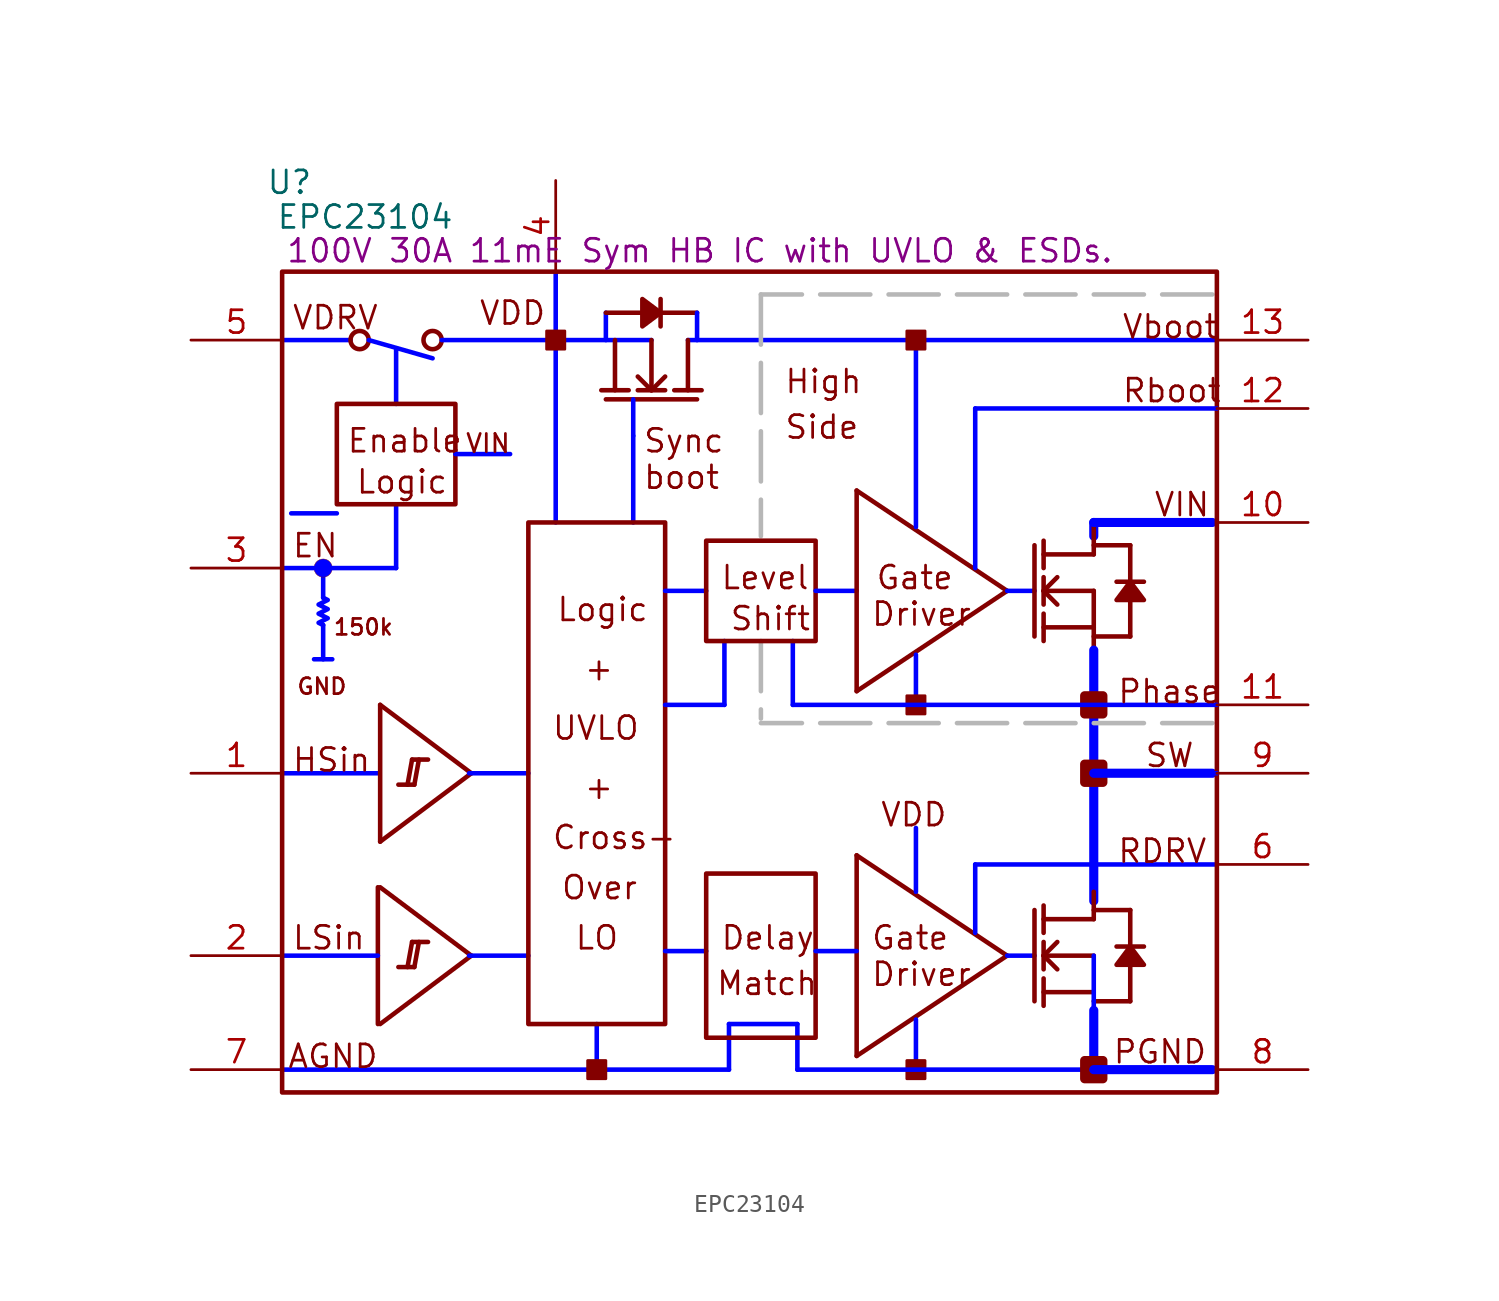
<source format=kicad_sym>
(kicad_symbol_lib
  (version 20241209)
  (generator "kicad_symbol_editor")
  (generator_version "9.0")
  (symbol "EPC23104"
    (property "Reference" "U"
      (at 5.486 50.698 0)
      (effects (font (size 1.27 1.27))))
    (property "Value" "EPC23104"
      (at 9.703 48.768 0)
      (effects (font (size 1.27 1.27))))
    (property "Description" "100V 30A 11mE Sym HB IC with UVLO & ESDs."
      (at 28.346 46.888 0)
      (effects (font (size 1.27 1.27))))
    (symbol "EPC23104_1_0"
      (polyline (pts (xy 5.08 41.91) (xy 8.89 41.91)) (stroke (width 0.254) (type solid) (color 0 0 255 1)) (fill (type none)))
      (polyline (pts (xy 5.08 1.27) (xy 29.972 1.27)) (stroke (width 0.254) (type solid) (color 0 0 255 1)) (fill (type none)))
      (polyline (pts (xy 5.588 32.258) (xy 8.128 32.258)) (stroke (width 0.254) (type solid) (color 0 0 255 1)) (fill (type none)))
      (polyline (pts (xy 7.366 29.21) (xy 7.366 27.559)) (stroke (width 0.254) (type solid) (color 0 0 255 1)) (fill (type none)))
      (circle (center 7.366 29.21) (radius 0.508) (stroke (width 0.0001) (type solid)) (fill (type color) (color 0 0 255 1)))
      (polyline (pts (xy 7.366 26.035) (xy 7.366 24.13)) (stroke (width 0.254) (type solid) (color 0 0 255 1)) (fill (type none)))
      (polyline (pts (xy 7.366 26.035) (xy 7.112 26.162) (xy 7.62 26.416) (xy 7.112 26.67) (xy 7.62 26.924) (xy 7.112 27.178) (xy 7.62 27.432) (xy 7.366 27.559)) (stroke (width 0.254) (type solid) (color 0 0 255 1)) (fill (type none)))
      (polyline (pts (xy 7.874 24.13) (xy 6.858 24.13)) (stroke (width 0.254) (type solid) (color 0 0 255 1)) (fill (type none)))
      (circle (center 9.398 41.91) (radius 0.508) (stroke (width 0.254) (type solid)) (fill (type none)))
      (polyline (pts (xy 9.906 41.91) (xy 13.462 40.894)) (stroke (width 0.254) (type solid) (color 0 0 255 1)) (fill (type none)))
      (polyline (pts (xy 10.414 17.78) (xy 5.08 17.78)) (stroke (width 0.254) (type solid) (color 0 0 255 1)) (fill (type none)))
      (polyline (pts (xy 10.414 11.43) (xy 10.414 3.81)) (stroke (width 0.254) (type solid)) (fill (type none)))
      (polyline (pts (xy 10.414 7.62) (xy 5.08 7.62)) (stroke (width 0.254) (type solid) (color 0 0 255 1)) (fill (type none)))
      (polyline (pts (xy 10.541 21.59) (xy 10.541 13.97)) (stroke (width 0.254) (type solid)) (fill (type none)))
      (polyline (pts (xy 10.541 21.59) (xy 15.621 17.78)) (stroke (width 0.254) (type solid)) (fill (type none)))
      (polyline (pts (xy 10.541 13.97) (xy 15.621 17.78)) (stroke (width 0.254) (type solid)) (fill (type none)))
      (polyline (pts (xy 10.541 11.43) (xy 15.621 7.62)) (stroke (width 0.254) (type solid)) (fill (type none)))
      (polyline (pts (xy 10.541 3.81) (xy 15.621 7.62)) (stroke (width 0.254) (type solid)) (fill (type none)))
      (polyline (pts (xy 11.43 38.354) (xy 11.43 41.402)) (stroke (width 0.254) (type solid) (color 0 0 255 1)) (fill (type none)))
      (polyline (pts (xy 11.43 29.21) (xy 5.08 29.21)) (stroke (width 0.254) (type solid) (color 0 0 255 1)) (fill (type none)))
      (polyline (pts (xy 11.43 29.21) (xy 11.43 32.766)) (stroke (width 0.254) (type solid) (color 0 0 255 1)) (fill (type none)))
      (polyline (pts (xy 12.065 17.145) (xy 12.319 18.542)) (stroke (width 0.254) (type solid)) (fill (type none)))
      (polyline (pts (xy 12.065 6.985) (xy 12.319 8.382)) (stroke (width 0.254) (type solid)) (fill (type none)))
      (polyline (pts (xy 12.446 17.145) (xy 11.557 17.145)) (stroke (width 0.254) (type solid)) (fill (type none)))
      (polyline (pts (xy 12.446 17.145) (xy 12.7 18.542)) (stroke (width 0.254) (type solid)) (fill (type none)))
      (polyline (pts (xy 12.446 6.985) (xy 11.557 6.985)) (stroke (width 0.254) (type solid)) (fill (type none)))
      (polyline (pts (xy 12.446 6.985) (xy 12.7 8.382)) (stroke (width 0.254) (type solid)) (fill (type none)))
      (polyline (pts (xy 13.208 18.542) (xy 12.319 18.542)) (stroke (width 0.254) (type solid)) (fill (type none)))
      (polyline (pts (xy 13.208 8.382) (xy 12.319 8.382)) (stroke (width 0.254) (type solid)) (fill (type none)))
      (circle (center 13.462 41.91) (radius 0.508) (stroke (width 0.254) (type solid)) (fill (type none)))
      (polyline (pts (xy 13.97 41.91) (xy 25.654 41.91)) (stroke (width 0.254) (type solid) (color 0 0 255 1)) (fill (type none)))
      (rectangle (start 14.732 38.354) (end 8.128 32.766) (stroke (width 0.254) (type solid)) (fill (type none)))
      (polyline (pts (xy 15.494 17.78) (xy 18.796 17.78)) (stroke (width 0.254) (type solid) (color 0 0 255 1)) (fill (type none)))
      (polyline (pts (xy 15.494 7.62) (xy 18.796 7.62)) (stroke (width 0.254) (type solid) (color 0 0 255 1)) (fill (type none)))
      (polyline (pts (xy 17.78 35.56) (xy 14.732 35.56)) (stroke (width 0.254) (type solid) (color 0 0 255 1)) (fill (type none)))
      (polyline (pts (xy 20.32 31.75) (xy 20.32 45.72)) (stroke (width 0.254) (type solid) (color 0 0 255 1)) (fill (type none)))
      (rectangle (start 20.828 42.418) (end 19.812 41.402) (stroke (width 0) (type solid)) (fill (type outline)))
      (polyline (pts (xy 22.606 1.27) (xy 22.606 3.81)) (stroke (width 0.254) (type solid) (color 0 0 255 1)) (fill (type none)))
      (polyline (pts (xy 23.114 43.434) (xy 23.114 41.91)) (stroke (width 0.254) (type solid) (color 0 0 255 1)) (fill (type none)))
      (polyline (pts (xy 23.114 43.434) (xy 25.146 43.434)) (stroke (width 0.254) (type solid)) (fill (type none)))
      (polyline (pts (xy 23.114 38.608) (xy 28.194 38.608)) (stroke (width 0.254) (type solid)) (fill (type none)))
      (rectangle (start 23.114 1.778) (end 22.098 0.762) (stroke (width 0) (type solid)) (fill (type outline)))
      (polyline (pts (xy 23.622 41.91) (xy 23.622 39.116)) (stroke (width 0.254) (type solid)) (fill (type none)))
      (polyline (pts (xy 24.384 39.116) (xy 22.86 39.116)) (stroke (width 0.254) (type solid)) (fill (type none)))
      (polyline (pts (xy 24.638 38.608) (xy 24.638 36.576)) (stroke (width 0.254) (type solid) (color 0 0 255 1)) (fill (type none)))
      (polyline (pts (xy 24.638 31.75) (xy 24.638 36.576)) (stroke (width 0.254) (type solid) (color 0 0 255 1)) (fill (type none)))
      (polyline (pts (xy 25.654 39.116) (xy 24.892 39.878)) (stroke (width 0.254) (type solid)) (fill (type none)))
      (polyline (pts (xy 25.654 39.116) (xy 25.654 41.91)) (stroke (width 0.254) (type solid)) (fill (type none)))
      (polyline (pts (xy 26.162 43.434) (xy 28.194 43.434)) (stroke (width 0.254) (type solid)) (fill (type none)))
      (polyline (pts (xy 26.162 43.434) (xy 25.146 44.196) (xy 25.146 42.672) (xy 26.162 43.434)) (stroke (width 0.254) (type solid)) (fill (type outline)))
      (polyline (pts (xy 26.162 42.672) (xy 26.162 44.196)) (stroke (width 0.254) (type solid)) (fill (type none)))
      (polyline (pts (xy 26.416 39.878) (xy 25.654 39.116)) (stroke (width 0.254) (type solid)) (fill (type none)))
      (polyline (pts (xy 26.416 39.116) (xy 24.892 39.116)) (stroke (width 0.254) (type solid)) (fill (type none)))
      (rectangle (start 26.416 31.75) (end 18.796 3.81) (stroke (width 0.254) (type solid)) (fill (type none)))
      (polyline (pts (xy 26.416 27.94) (xy 28.702 27.94)) (stroke (width 0.254) (type solid) (color 0 0 255 1)) (fill (type none)))
      (polyline (pts (xy 27.686 41.91) (xy 57.15 41.91)) (stroke (width 0.254) (type solid) (color 0 0 255 1)) (fill (type none)))
      (polyline (pts (xy 27.686 39.116) (xy 27.686 41.91)) (stroke (width 0.254) (type solid)) (fill (type none)))
      (polyline (pts (xy 28.194 43.434) (xy 28.194 41.91)) (stroke (width 0.254) (type solid) (color 0 0 255 1)) (fill (type none)))
      (polyline (pts (xy 28.448 39.116) (xy 26.924 39.116)) (stroke (width 0.254) (type solid)) (fill (type none)))
      (polyline (pts (xy 28.702 7.874) (xy 26.416 7.874)) (stroke (width 0.254) (type solid) (color 0 0 255 1)) (fill (type none)))
      (polyline (pts (xy 29.718 21.59) (xy 26.416 21.59)) (stroke (width 0.254) (type solid) (color 0 0 255 1)) (fill (type none)))
      (polyline (pts (xy 29.718 21.59) (xy 29.718 25.146)) (stroke (width 0.254) (type solid) (color 0 0 255 1)) (fill (type none)))
      (polyline (pts (xy 29.972 3.81) (xy 33.782 3.81)) (stroke (width 0.254) (type solid) (color 0 0 255 1)) (fill (type none)))
      (polyline (pts (xy 29.972 3.048) (xy 29.972 3.81)) (stroke (width 0.254) (type solid) (color 0 0 255 1)) (fill (type none)))
      (polyline (pts (xy 29.972 1.27) (xy 29.972 3.048)) (stroke (width 0.254) (type solid) (color 0 0 255 1)) (fill (type none)))
      (polyline (pts (xy 31.75 44.45) (xy 31.75 30.988)) (stroke (width 0.254) (type dash) (color 183 183 183 1)) (fill (type none)))
      (polyline (pts (xy 31.75 25.146) (xy 31.75 20.828)) (stroke (width 0.254) (type dash) (color 183 183 183 1)) (fill (type none)))
      (polyline (pts (xy 33.528 21.59) (xy 33.528 25.146)) (stroke (width 0.254) (type solid) (color 0 0 255 1)) (fill (type none)))
      (polyline (pts (xy 33.782 3.048) (xy 33.782 3.81)) (stroke (width 0.254) (type solid) (color 0 0 255 1)) (fill (type none)))
      (polyline (pts (xy 33.782 1.27) (xy 33.782 3.048)) (stroke (width 0.254) (type solid) (color 0 0 255 1)) (fill (type none)))
      (rectangle (start 34.798 30.734) (end 28.702 25.146) (stroke (width 0.254) (type solid)) (fill (type none)))
      (polyline (pts (xy 34.798 27.94) (xy 37.084 27.94)) (stroke (width 0.254) (type solid) (color 0 0 255 1)) (fill (type none)))
      (rectangle (start 34.798 12.192) (end 28.702 3.048) (stroke (width 0.254) (type solid)) (fill (type none)))
      (polyline (pts (xy 37.084 33.528) (xy 37.084 22.352)) (stroke (width 0.254) (type solid)) (fill (type none)))
      (polyline (pts (xy 37.084 33.528) (xy 45.466 27.94)) (stroke (width 0.254) (type solid)) (fill (type none)))
      (polyline (pts (xy 37.084 22.352) (xy 45.466 27.94)) (stroke (width 0.254) (type solid)) (fill (type none)))
      (polyline (pts (xy 37.084 13.208) (xy 37.084 2.032)) (stroke (width 0.254) (type solid)) (fill (type none)))
      (polyline (pts (xy 37.084 13.208) (xy 45.466 7.62)) (stroke (width 0.254) (type solid)) (fill (type none)))
      (polyline (pts (xy 37.084 7.874) (xy 34.798 7.874)) (stroke (width 0.254) (type solid) (color 0 0 255 1)) (fill (type none)))
      (polyline (pts (xy 37.084 2.032) (xy 45.466 7.62)) (stroke (width 0.254) (type solid)) (fill (type none)))
      (polyline (pts (xy 40.386 31.496) (xy 40.386 41.91)) (stroke (width 0.254) (type solid) (color 0 0 255 1)) (fill (type none)))
      (polyline (pts (xy 40.386 21.59) (xy 40.386 24.384)) (stroke (width 0.254) (type solid) (color 0 0 255 1)) (fill (type none)))
      (polyline (pts (xy 40.386 11.176) (xy 40.386 14.732)) (stroke (width 0.254) (type solid) (color 0 0 255 1)) (fill (type none)))
      (polyline (pts (xy 40.386 1.27) (xy 40.386 4.064)) (stroke (width 0.254) (type solid) (color 0 0 255 1)) (fill (type none)))
      (rectangle (start 40.894 42.418) (end 39.878 41.402) (stroke (width 0) (type solid)) (fill (type outline)))
      (rectangle (start 40.894 22.098) (end 39.878 21.082) (stroke (width 0) (type solid)) (fill (type outline)))
      (rectangle (start 40.894 1.778) (end 39.878 0.762) (stroke (width 0) (type solid)) (fill (type outline)))
      (polyline (pts (xy 43.688 29.21) (xy 43.688 38.1)) (stroke (width 0.254) (type solid) (color 0 0 255 1)) (fill (type none)))
      (polyline (pts (xy 43.688 12.7) (xy 57.15 12.7)) (stroke (width 0.254) (type solid) (color 0 0 255 1)) (fill (type none)))
      (polyline (pts (xy 43.688 8.89) (xy 43.688 12.7)) (stroke (width 0.254) (type solid) (color 0 0 255 1)) (fill (type none)))
      (polyline (pts (xy 45.466 27.94) (xy 46.99 27.94)) (stroke (width 0.254) (type solid) (color 0 0 255 1)) (fill (type none)))
      (polyline (pts (xy 45.466 7.62) (xy 46.99 7.62)) (stroke (width 0.254) (type solid) (color 0 0 255 1)) (fill (type none)))
      (polyline (pts (xy 46.99 30.48) (xy 46.99 25.4)) (stroke (width 0.254) (type solid)) (fill (type none)))
      (polyline (pts (xy 46.99 10.16) (xy 46.99 5.08)) (stroke (width 0.254) (type solid)) (fill (type none)))
      (polyline (pts (xy 47.498 29.21) (xy 47.498 30.734)) (stroke (width 0.254) (type solid)) (fill (type none)))
      (polyline (pts (xy 47.498 27.94) (xy 48.26 28.702)) (stroke (width 0.254) (type solid)) (fill (type none)))
      (polyline (pts (xy 47.498 27.94) (xy 50.292 27.94)) (stroke (width 0.254) (type solid)) (fill (type none)))
      (polyline (pts (xy 47.498 27.178) (xy 47.498 28.702)) (stroke (width 0.254) (type solid)) (fill (type none)))
      (polyline (pts (xy 47.498 25.908) (xy 50.292 25.908)) (stroke (width 0.254) (type solid)) (fill (type none)))
      (polyline (pts (xy 47.498 25.146) (xy 47.498 26.67)) (stroke (width 0.254) (type solid)) (fill (type none)))
      (polyline (pts (xy 47.498 8.89) (xy 47.498 10.414)) (stroke (width 0.254) (type solid)) (fill (type none)))
      (polyline (pts (xy 47.498 7.62) (xy 48.26 8.382)) (stroke (width 0.254) (type solid)) (fill (type none)))
      (polyline (pts (xy 47.498 7.62) (xy 50.292 7.62)) (stroke (width 0.254) (type solid)) (fill (type none)))
      (polyline (pts (xy 47.498 6.858) (xy 47.498 8.382)) (stroke (width 0.254) (type solid)) (fill (type none)))
      (polyline (pts (xy 47.498 5.588) (xy 50.292 5.588)) (stroke (width 0.254) (type solid)) (fill (type none)))
      (polyline (pts (xy 47.498 4.826) (xy 47.498 6.35)) (stroke (width 0.254) (type solid)) (fill (type none)))
      (polyline (pts (xy 48.26 27.178) (xy 47.498 27.94)) (stroke (width 0.254) (type solid)) (fill (type none)))
      (polyline (pts (xy 48.26 6.858) (xy 47.498 7.62)) (stroke (width 0.254) (type solid)) (fill (type none)))
      (polyline (pts (xy 50.292 31.75) (xy 57.15 31.75)) (stroke (width 0.254) (type solid) (color 0 0 255 1)) (fill (type none)))
      (polyline (pts (xy 50.292 30.988) (xy 50.292 31.75)) (stroke (width 0.508) (type solid) (color 0 0 255 1)) (fill (type none)))
      (polyline (pts (xy 50.292 30.48) (xy 52.324 30.48)) (stroke (width 0.254) (type solid)) (fill (type none)))
      (polyline (pts (xy 50.292 29.972) (xy 47.498 29.972)) (stroke (width 0.254) (type solid)) (fill (type none)))
      (polyline (pts (xy 50.292 29.972) (xy 50.292 31.496)) (stroke (width 0.254) (type solid)) (fill (type none)))
      (polyline (pts (xy 50.292 27.94) (xy 50.292 22.86)) (stroke (width 0.254) (type solid)) (fill (type none)))
      (polyline (pts (xy 50.292 25.4) (xy 52.324 25.4)) (stroke (width 0.254) (type solid)) (fill (type none)))
      (polyline (pts (xy 50.292 21.59) (xy 50.292 24.638)) (stroke (width 0.508) (type solid) (color 0 0 255 1)) (fill (type none)))
      (polyline (pts (xy 50.292 10.668) (xy 50.292 21.59)) (stroke (width 0.508) (type solid) (color 0 0 255 1)) (fill (type none)))
      (polyline (pts (xy 50.292 10.16) (xy 52.324 10.16)) (stroke (width 0.254) (type solid)) (fill (type none)))
      (polyline (pts (xy 50.292 9.652) (xy 47.498 9.652)) (stroke (width 0.254) (type solid)) (fill (type none)))
      (polyline (pts (xy 50.292 9.652) (xy 50.292 11.176)) (stroke (width 0.254) (type solid)) (fill (type none)))
      (polyline (pts (xy 50.292 5.08) (xy 52.324 5.08)) (stroke (width 0.254) (type solid)) (fill (type none)))
      (polyline (pts (xy 50.292 1.524) (xy 50.292 4.572)) (stroke (width 0.508) (type solid) (color 0 0 255 1)) (fill (type none)))
      (polyline (pts (xy 50.292 1.27) (xy 33.782 1.27)) (stroke (width 0.254) (type solid) (color 0 0 255 1)) (fill (type none)))
      (polyline (pts (xy 50.292 1.27) (xy 50.292 7.62)) (stroke (width 0.254) (type solid) (color 0 0 255 1)) (fill (type none)))
      (rectangle (start 50.8 22.098) (end 49.784 21.082) (stroke (width 0.508) (type solid)) (fill (type outline)))
      (rectangle (start 50.8 18.288) (end 49.784 17.272) (stroke (width 0.508) (type solid)) (fill (type outline)))
      (rectangle (start 50.8 1.778) (end 49.784 0.762) (stroke (width 0.508) (type solid)) (fill (type outline)))
      (polyline (pts (xy 52.324 30.48) (xy 52.324 28.448)) (stroke (width 0.254) (type solid)) (fill (type none)))
      (polyline (pts (xy 52.324 28.448) (xy 51.562 27.432) (xy 53.086 27.432) (xy 52.324 28.448)) (stroke (width 0.254) (type solid)) (fill (type outline)))
      (polyline (pts (xy 52.324 27.432) (xy 52.324 25.4)) (stroke (width 0.254) (type solid)) (fill (type none)))
      (polyline (pts (xy 52.324 10.16) (xy 52.324 8.128)) (stroke (width 0.254) (type solid)) (fill (type none)))
      (polyline (pts (xy 52.324 8.128) (xy 51.562 7.112) (xy 53.086 7.112) (xy 52.324 8.128)) (stroke (width 0.254) (type solid)) (fill (type outline)))
      (polyline (pts (xy 52.324 7.112) (xy 52.324 5.08)) (stroke (width 0.254) (type solid)) (fill (type none)))
      (polyline (pts (xy 53.086 28.448) (xy 51.562 28.448)) (stroke (width 0.254) (type solid)) (fill (type none)))
      (polyline (pts (xy 53.086 8.128) (xy 51.562 8.128)) (stroke (width 0.254) (type solid)) (fill (type none)))
      (polyline (pts (xy 56.896 44.45) (xy 31.75 44.45)) (stroke (width 0.254) (type dash) (color 183 183 183 1)) (fill (type none)))
      (polyline (pts (xy 56.896 31.75) (xy 50.292 31.75)) (stroke (width 0.508) (type solid) (color 0 0 255 1)) (fill (type none)))
      (polyline (pts (xy 56.896 20.574) (xy 31.75 20.574)) (stroke (width 0.254) (type dash) (color 183 183 183 1)) (fill (type none)))
      (polyline (pts (xy 56.896 17.78) (xy 50.292 17.78)) (stroke (width 0.508) (type solid) (color 0 0 255 1)) (fill (type none)))
      (polyline (pts (xy 56.896 1.27) (xy 50.292 1.27)) (stroke (width 0.508) (type solid) (color 0 0 255 1)) (fill (type none)))
      (rectangle (start 57.15 45.72) (end 5.08 0) (stroke (width 0.254) (type solid)) (fill (type none)))
      (polyline (pts (xy 57.15 38.1) (xy 43.688 38.1)) (stroke (width 0.254) (type solid) (color 0 0 255 1)) (fill (type none)))
      (polyline (pts (xy 57.15 21.59) (xy 33.528 21.59)) (stroke (width 0.254) (type solid) (color 0 0 255 1)) (fill (type none)))
      (polyline (pts (xy 57.15 17.78) (xy 50.292 17.78)) (stroke (width 0.254) (type solid) (color 0 0 255 1)) (fill (type none)))
      (text "AGND" (at 5.334 1.27 0) (effects (font (size 1.27 1.27)) (justify left bottom)))
      (text "VDRV" (at 5.588 42.418 0) (effects (font (size 1.27 1.27)) (justify left bottom)))
      (text "EN" (at 5.588 29.718 0) (effects (font (size 1.27 1.27)) (justify left bottom)))
      (text "HSin" (at 5.588 17.78 0) (effects (font (size 1.27 1.27)) (justify left bottom)))
      (text "LSin" (at 5.588 7.874 0) (effects (font (size 1.27 1.27)) (justify left bottom)))
      (text "GND" (at 5.842 22.098 0) (effects (font (size 0.889 0.889)) (justify left bottom)))
      (text "150k" (at 7.874 25.4 0) (effects (font (size 0.889 0.889)) (justify left bottom)))
      (text "Enable" (at 8.636 35.56 0) (effects (font (size 1.27 1.27)) (justify left bottom)))
      (text "Logic" (at 9.144 33.274 0) (effects (font (size 1.27 1.27)) (justify left bottom)))
      (text "VIN" (at 15.24 35.56 0) (effects (font (size 1.016 1.016)) (justify left bottom)))
      (text "VDD" (at 16.002 42.672 0) (effects (font (size 1.27 1.27)) (justify left bottom)))
      (text "UVLO" (at 20.066 19.558 0) (effects (font (size 1.27 1.27)) (justify left bottom)))
      (text "Cross-" (at 20.066 13.462 0) (effects (font (size 1.27 1.27)) (justify left bottom)))
      (text "Logic" (at 20.32 26.162 0) (effects (font (size 1.27 1.27)) (justify left bottom)))
      (text "Over" (at 20.574 10.668 0) (effects (font (size 1.27 1.27)) (justify left bottom)))
      (text "LO" (at 21.336 7.874 0) (effects (font (size 1.27 1.27)) (justify left bottom)))
      (text "+" (at 21.844 22.86 0) (effects (font (size 1.27 1.27)) (justify left bottom)))
      (text "+" (at 21.844 16.256 0) (effects (font (size 1.27 1.27)) (justify left bottom)))
      (text "Sync" (at 25.146 35.56 0) (effects (font (size 1.27 1.27)) (justify left bottom)))
      (text "boot" (at 25.146 33.528 0) (effects (font (size 1.27 1.27)) (justify left bottom)))
      (text "Match" (at 29.21 5.334 0) (effects (font (size 1.27 1.27)) (justify left bottom)))
      (text "Level" (at 29.464 27.94 0) (effects (font (size 1.27 1.27)) (justify left bottom)))
      (text "Delay" (at 29.464 7.874 0) (effects (font (size 1.27 1.27)) (justify left bottom)))
      (text "Shift" (at 29.972 25.654 0) (effects (font (size 1.27 1.27)) (justify left bottom)))
      (text "High" (at 33.02 38.862 0) (effects (font (size 1.27 1.27)) (justify left bottom)))
      (text "Side" (at 33.02 36.322 0) (effects (font (size 1.27 1.27)) (justify left bottom)))
      (text "Driver" (at 37.846 25.908 0) (effects (font (size 1.27 1.27)) (justify left bottom)))
      (text "Gate" (at 37.846 7.874 0) (effects (font (size 1.27 1.27)) (justify left bottom)))
      (text "Driver" (at 37.846 5.842 0) (effects (font (size 1.27 1.27)) (justify left bottom)))
      (text "Gate" (at 38.1 27.94 0) (effects (font (size 1.27 1.27)) (justify left bottom)))
      (text "VDD" (at 38.354 14.732 0) (effects (font (size 1.27 1.27)) (justify left bottom)))
      (text "PGND" (at 51.308 1.524 0) (effects (font (size 1.27 1.27)) (justify left bottom)))
      (text "Phase" (at 51.562 21.59 0) (effects (font (size 1.27 1.27)) (justify left bottom)))
      (text "RDRV" (at 51.562 12.7 0) (effects (font (size 1.27 1.27)) (justify left bottom)))
      (text "Vboot" (at 51.816 41.91 0) (effects (font (size 1.27 1.27)) (justify left bottom)))
      (text "Rboot" (at 51.816 38.354 0) (effects (font (size 1.27 1.27)) (justify left bottom)))
      (text "SW" (at 53.086 18.034 0) (effects (font (size 1.27 1.27)) (justify left bottom)))
      (text "VIN" (at 53.594 32.004 0) (effects (font (size 1.27 1.27)) (justify left bottom)))
      (pin passive line (at 0 41.91 0) (length 5.08) (name "VDRV" (effects (font (size 0 0)))) (number "5" (effects (font (size 1.27 1.27)))))
      (pin passive line (at 0 29.21 0) (length 5.08) (name "ENb" (effects (font (size 0 0)))) (number "3" (effects (font (size 1.27 1.27)))))
      (pin passive line (at 0 17.78 0) (length 5.08) (name "HSin" (effects (font (size 0 0)))) (number "1" (effects (font (size 1.27 1.27)))))
      (pin passive line (at 0 7.62 0) (length 5.08) (name "LSin" (effects (font (size 0 0)))) (number "2" (effects (font (size 1.27 1.27)))))
      (pin passive line (at 0 1.27 0) (length 5.08) (name "AGND" (effects (font (size 0 0)))) (number "7" (effects (font (size 1.27 1.27)))))
      (pin passive line (at 20.32 50.8 270) (length 5.08) (name "VDD" (effects (font (size 0 0)))) (number "4" (effects (font (size 1.27 1.27)))))
      (pin passive line (at 62.23 41.91 180) (length 5.08) (name "Vboot" (effects (font (size 0 0)))) (number "13" (effects (font (size 1.27 1.27)))))
      (pin passive line (at 62.23 38.1 180) (length 5.08) (name "Rboot" (effects (font (size 0 0)))) (number "12" (effects (font (size 1.27 1.27)))))
      (pin passive line (at 62.23 31.75 180) (length 5.08) (name "VIN" (effects (font (size 0 0)))) (number "10" (effects (font (size 1.27 1.27)))))
      (pin passive line (at 62.23 21.59 180) (length 5.08) (name "Phase" (effects (font (size 0 0)))) (number "11" (effects (font (size 1.27 1.27)))))
      (pin passive line (at 62.23 17.78 180) (length 5.08) (name "SW" (effects (font (size 0 0)))) (number "9" (effects (font (size 1.27 1.27)))))
      (pin passive line (at 62.23 12.7 180) (length 5.08) (name "RDRV" (effects (font (size 0 0)))) (number "6" (effects (font (size 1.27 1.27)))))
      (pin passive line (at 62.23 1.27 180) (length 5.08) (name "PGND" (effects (font (size 0 0)))) (number "8" (effects (font (size 1.27 1.27))))))))
</source>
